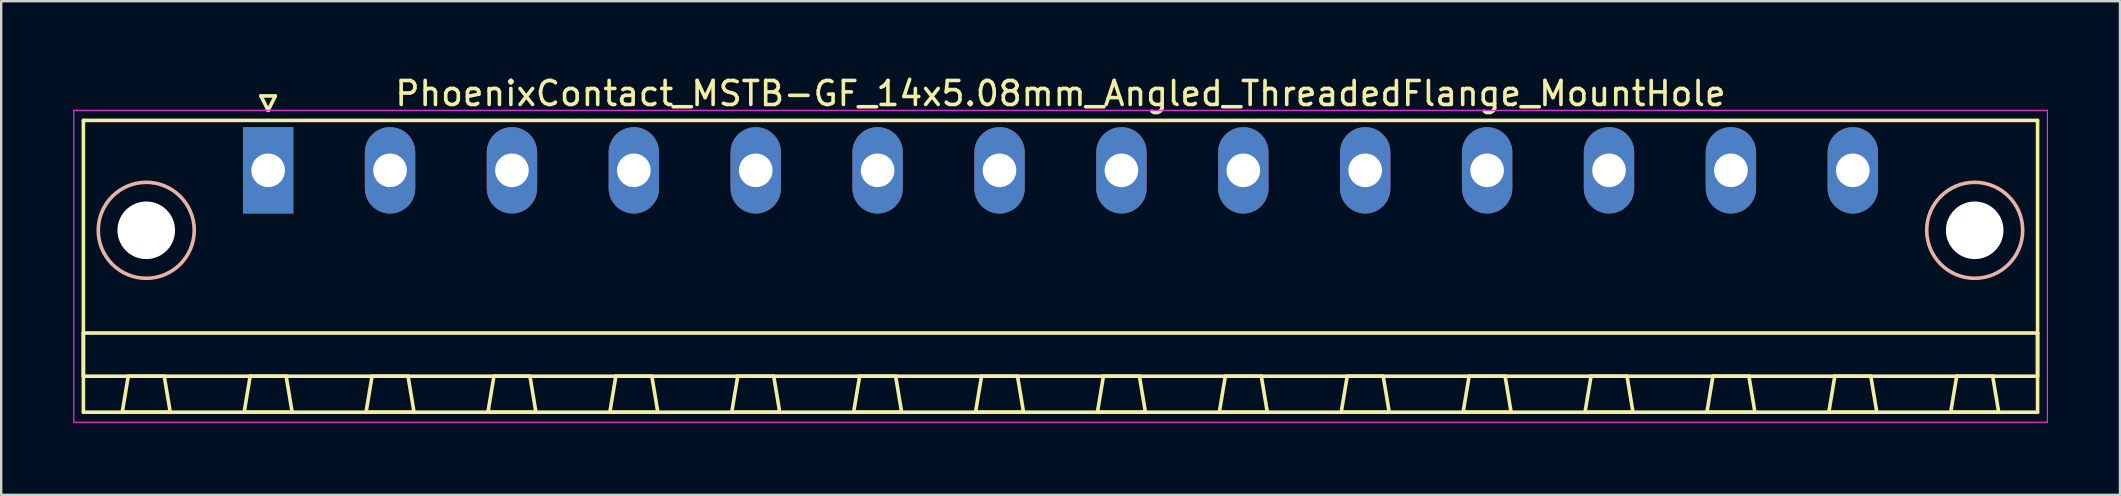
<source format=kicad_pcb>
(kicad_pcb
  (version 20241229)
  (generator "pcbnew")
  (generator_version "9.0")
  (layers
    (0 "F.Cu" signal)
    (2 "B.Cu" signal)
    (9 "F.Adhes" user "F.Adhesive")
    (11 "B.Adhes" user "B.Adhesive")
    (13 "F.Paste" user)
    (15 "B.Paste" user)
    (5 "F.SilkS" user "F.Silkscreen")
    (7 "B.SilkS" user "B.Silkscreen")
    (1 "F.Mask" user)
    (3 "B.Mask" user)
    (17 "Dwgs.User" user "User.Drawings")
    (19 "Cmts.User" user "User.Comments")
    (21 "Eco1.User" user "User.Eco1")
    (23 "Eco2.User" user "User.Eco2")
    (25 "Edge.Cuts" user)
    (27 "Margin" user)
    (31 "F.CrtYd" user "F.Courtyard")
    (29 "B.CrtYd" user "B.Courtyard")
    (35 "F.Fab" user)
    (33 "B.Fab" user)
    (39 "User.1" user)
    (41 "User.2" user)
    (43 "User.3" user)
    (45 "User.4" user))
  (footprint "PhoenixContact_MSTB-GF_14x5.08mm_Angled_ThreadedFlange_MountHole"
    (layer "F.Cu")
    (at 8.125 4.048)
    (property "Reference" "PhoenixContact_MSTB-GF_14x5.08mm_Angled_ThreadedFlange_MountHole" (at 33.02 -3.2 0) (layer "F.SilkS") (effects (font (size 1 1) (thickness 0.15))))
    (attr through_hole)
    (fp_line (start -7.7 -2.08) (end -7.7 10.08) (stroke (width 0.15) (type solid)) (layer "F.SilkS"))
    (fp_line (start -7.7 6.78) (end 73.74 6.78) (stroke (width 0.15) (type solid)) (layer "F.SilkS"))
    (fp_line (start -7.7 8.58) (end -7.7 6.78) (stroke (width 0.15) (type solid)) (layer "F.SilkS"))
    (fp_line (start -7.7 10.08) (end 73.74 10.08) (stroke (width 0.15) (type solid)) (layer "F.SilkS"))
    (fp_line (start -6.08 10.08) (end -4.08 10.08) (stroke (width 0.15) (type solid)) (layer "F.SilkS"))
    (fp_line (start -5.83 8.58) (end -6.08 10.08) (stroke (width 0.15) (type solid)) (layer "F.SilkS"))
    (fp_line (start -4.33 8.58) (end -5.83 8.58) (stroke (width 0.15) (type solid)) (layer "F.SilkS"))
    (fp_line (start -4.08 10.08) (end -4.33 8.58) (stroke (width 0.15) (type solid)) (layer "F.SilkS"))
    (fp_line (start -1 10.08) (end 1 10.08) (stroke (width 0.15) (type solid)) (layer "F.SilkS"))
    (fp_line (start -0.75 8.58) (end -1 10.08) (stroke (width 0.15) (type solid)) (layer "F.SilkS"))
    (fp_line (start -0.3 -3.1) (end 0 -2.5) (stroke (width 0.15) (type solid)) (layer "F.SilkS"))
    (fp_line (start 0 -2.5) (end 0.3 -3.1) (stroke (width 0.15) (type solid)) (layer "F.SilkS"))
    (fp_line (start 0.3 -3.1) (end -0.3 -3.1) (stroke (width 0.15) (type solid)) (layer "F.SilkS"))
    (fp_line (start 0.75 8.58) (end -0.75 8.58) (stroke (width 0.15) (type solid)) (layer "F.SilkS"))
    (fp_line (start 1 10.08) (end 0.75 8.58) (stroke (width 0.15) (type solid)) (layer "F.SilkS"))
    (fp_line (start 4.08 10.08) (end 6.08 10.08) (stroke (width 0.15) (type solid)) (layer "F.SilkS"))
    (fp_line (start 4.33 8.58) (end 4.08 10.08) (stroke (width 0.15) (type solid)) (layer "F.SilkS"))
    (fp_line (start 5.83 8.58) (end 4.33 8.58) (stroke (width 0.15) (type solid)) (layer "F.SilkS"))
    (fp_line (start 6.08 10.08) (end 5.83 8.58) (stroke (width 0.15) (type solid)) (layer "F.SilkS"))
    (fp_line (start 9.16 10.08) (end 11.16 10.08) (stroke (width 0.15) (type solid)) (layer "F.SilkS"))
    (fp_line (start 9.41 8.58) (end 9.16 10.08) (stroke (width 0.15) (type solid)) (layer "F.SilkS"))
    (fp_line (start 10.91 8.58) (end 9.41 8.58) (stroke (width 0.15) (type solid)) (layer "F.SilkS"))
    (fp_line (start 11.16 10.08) (end 10.91 8.58) (stroke (width 0.15) (type solid)) (layer "F.SilkS"))
    (fp_line (start 14.24 10.08) (end 16.24 10.08) (stroke (width 0.15) (type solid)) (layer "F.SilkS"))
    (fp_line (start 14.49 8.58) (end 14.24 10.08) (stroke (width 0.15) (type solid)) (layer "F.SilkS"))
    (fp_line (start 15.99 8.58) (end 14.49 8.58) (stroke (width 0.15) (type solid)) (layer "F.SilkS"))
    (fp_line (start 16.24 10.08) (end 15.99 8.58) (stroke (width 0.15) (type solid)) (layer "F.SilkS"))
    (fp_line (start 19.32 10.08) (end 21.32 10.08) (stroke (width 0.15) (type solid)) (layer "F.SilkS"))
    (fp_line (start 19.57 8.58) (end 19.32 10.08) (stroke (width 0.15) (type solid)) (layer "F.SilkS"))
    (fp_line (start 21.07 8.58) (end 19.57 8.58) (stroke (width 0.15) (type solid)) (layer "F.SilkS"))
    (fp_line (start 21.32 10.08) (end 21.07 8.58) (stroke (width 0.15) (type solid)) (layer "F.SilkS"))
    (fp_line (start 24.4 10.08) (end 26.4 10.08) (stroke (width 0.15) (type solid)) (layer "F.SilkS"))
    (fp_line (start 24.65 8.58) (end 24.4 10.08) (stroke (width 0.15) (type solid)) (layer "F.SilkS"))
    (fp_line (start 26.15 8.58) (end 24.65 8.58) (stroke (width 0.15) (type solid)) (layer "F.SilkS"))
    (fp_line (start 26.4 10.08) (end 26.15 8.58) (stroke (width 0.15) (type solid)) (layer "F.SilkS"))
    (fp_line (start 29.48 10.08) (end 31.48 10.08) (stroke (width 0.15) (type solid)) (layer "F.SilkS"))
    (fp_line (start 29.73 8.58) (end 29.48 10.08) (stroke (width 0.15) (type solid)) (layer "F.SilkS"))
    (fp_line (start 31.23 8.58) (end 29.73 8.58) (stroke (width 0.15) (type solid)) (layer "F.SilkS"))
    (fp_line (start 31.48 10.08) (end 31.23 8.58) (stroke (width 0.15) (type solid)) (layer "F.SilkS"))
    (fp_line (start 34.56 10.08) (end 36.56 10.08) (stroke (width 0.15) (type solid)) (layer "F.SilkS"))
    (fp_line (start 34.81 8.58) (end 34.56 10.08) (stroke (width 0.15) (type solid)) (layer "F.SilkS"))
    (fp_line (start 36.31 8.58) (end 34.81 8.58) (stroke (width 0.15) (type solid)) (layer "F.SilkS"))
    (fp_line (start 36.56 10.08) (end 36.31 8.58) (stroke (width 0.15) (type solid)) (layer "F.SilkS"))
    (fp_line (start 39.64 10.08) (end 41.64 10.08) (stroke (width 0.15) (type solid)) (layer "F.SilkS"))
    (fp_line (start 39.89 8.58) (end 39.64 10.08) (stroke (width 0.15) (type solid)) (layer "F.SilkS"))
    (fp_line (start 41.39 8.58) (end 39.89 8.58) (stroke (width 0.15) (type solid)) (layer "F.SilkS"))
    (fp_line (start 41.64 10.08) (end 41.39 8.58) (stroke (width 0.15) (type solid)) (layer "F.SilkS"))
    (fp_line (start 44.72 10.08) (end 46.72 10.08) (stroke (width 0.15) (type solid)) (layer "F.SilkS"))
    (fp_line (start 44.97 8.58) (end 44.72 10.08) (stroke (width 0.15) (type solid)) (layer "F.SilkS"))
    (fp_line (start 46.47 8.58) (end 44.97 8.58) (stroke (width 0.15) (type solid)) (layer "F.SilkS"))
    (fp_line (start 46.72 10.08) (end 46.47 8.58) (stroke (width 0.15) (type solid)) (layer "F.SilkS"))
    (fp_line (start 49.8 10.08) (end 51.8 10.08) (stroke (width 0.15) (type solid)) (layer "F.SilkS"))
    (fp_line (start 50.05 8.58) (end 49.8 10.08) (stroke (width 0.15) (type solid)) (layer "F.SilkS"))
    (fp_line (start 51.55 8.58) (end 50.05 8.58) (stroke (width 0.15) (type solid)) (layer "F.SilkS"))
    (fp_line (start 51.8 10.08) (end 51.55 8.58) (stroke (width 0.15) (type solid)) (layer "F.SilkS"))
    (fp_line (start 54.88 10.08) (end 56.88 10.08) (stroke (width 0.15) (type solid)) (layer "F.SilkS"))
    (fp_line (start 55.13 8.58) (end 54.88 10.08) (stroke (width 0.15) (type solid)) (layer "F.SilkS"))
    (fp_line (start 56.63 8.58) (end 55.13 8.58) (stroke (width 0.15) (type solid)) (layer "F.SilkS"))
    (fp_line (start 56.88 10.08) (end 56.63 8.58) (stroke (width 0.15) (type solid)) (layer "F.SilkS"))
    (fp_line (start 59.96 10.08) (end 61.96 10.08) (stroke (width 0.15) (type solid)) (layer "F.SilkS"))
    (fp_line (start 60.21 8.58) (end 59.96 10.08) (stroke (width 0.15) (type solid)) (layer "F.SilkS"))
    (fp_line (start 61.71 8.58) (end 60.21 8.58) (stroke (width 0.15) (type solid)) (layer "F.SilkS"))
    (fp_line (start 61.96 10.08) (end 61.71 8.58) (stroke (width 0.15) (type solid)) (layer "F.SilkS"))
    (fp_line (start 65.04 10.08) (end 67.04 10.08) (stroke (width 0.15) (type solid)) (layer "F.SilkS"))
    (fp_line (start 65.29 8.58) (end 65.04 10.08) (stroke (width 0.15) (type solid)) (layer "F.SilkS"))
    (fp_line (start 66.79 8.58) (end 65.29 8.58) (stroke (width 0.15) (type solid)) (layer "F.SilkS"))
    (fp_line (start 67.04 10.08) (end 66.79 8.58) (stroke (width 0.15) (type solid)) (layer "F.SilkS"))
    (fp_line (start 70.12 10.08) (end 72.12 10.08) (stroke (width 0.15) (type solid)) (layer "F.SilkS"))
    (fp_line (start 70.37 8.58) (end 70.12 10.08) (stroke (width 0.15) (type solid)) (layer "F.SilkS"))
    (fp_line (start 71.87 8.58) (end 70.37 8.58) (stroke (width 0.15) (type solid)) (layer "F.SilkS"))
    (fp_line (start 72.12 10.08) (end 71.87 8.58) (stroke (width 0.15) (type solid)) (layer "F.SilkS"))
    (fp_line (start 73.74 -2.08) (end -7.7 -2.08) (stroke (width 0.15) (type solid)) (layer "F.SilkS"))
    (fp_line (start 73.74 6.78) (end 73.74 8.58) (stroke (width 0.15) (type solid)) (layer "F.SilkS"))
    (fp_line (start 73.74 8.58) (end -7.7 8.58) (stroke (width 0.15) (type solid)) (layer "F.SilkS"))
    (fp_line (start 73.74 10.08) (end 73.74 -2.08) (stroke (width 0.15) (type solid)) (layer "F.SilkS"))
    (fp_circle (center -5.08 2.5) (end -3.08 2.5) (stroke (width 0.15) (type solid)) (fill no) (layer "B.SilkS"))
    (fp_circle (center 71.12 2.5) (end 73.12 2.5) (stroke (width 0.15) (type solid)) (fill no) (layer "B.SilkS"))
    (fp_line (start -8.1 -2.5) (end -8.1 10.5) (stroke (width 0.05) (type solid)) (layer "F.CrtYd"))
    (fp_line (start -8.1 10.5) (end 74.15 10.5) (stroke (width 0.05) (type solid)) (layer "F.CrtYd"))
    (fp_line (start 74.15 -2.5) (end -8.1 -2.5) (stroke (width 0.05) (type solid)) (layer "F.CrtYd"))
    (fp_line (start 74.15 10.5) (end 74.15 -2.5) (stroke (width 0.05) (type solid)) (layer "F.CrtYd"))
    (pad "" np_thru_hole circle (at -5.08 2.5) (size 2.4 2.4) (drill 2.4) (layers "*.Cu" "*.Mask"))
    (pad "" np_thru_hole circle (at 71.12 2.5) (size 2.4 2.4) (drill 2.4) (layers "*.Cu" "*.Mask"))
    (pad "1" thru_hole rect (at 0 0) (size 2.1 3.6) (drill 1.4) (layers "*.Cu" "*.Mask"))
    (pad "2" thru_hole oval (at 5.08 0) (size 2.1 3.6) (drill 1.4) (layers "*.Cu" "*.Mask"))
    (pad "3" thru_hole oval (at 10.16 0) (size 2.1 3.6) (drill 1.4) (layers "*.Cu" "*.Mask"))
    (pad "4" thru_hole oval (at 15.24 0) (size 2.1 3.6) (drill 1.4) (layers "*.Cu" "*.Mask"))
    (pad "5" thru_hole oval (at 20.32 0) (size 2.1 3.6) (drill 1.4) (layers "*.Cu" "*.Mask"))
    (pad "6" thru_hole oval (at 25.4 0) (size 2.1 3.6) (drill 1.4) (layers "*.Cu" "*.Mask"))
    (pad "7" thru_hole oval (at 30.48 0) (size 2.1 3.6) (drill 1.4) (layers "*.Cu" "*.Mask"))
    (pad "8" thru_hole oval (at 35.56 0) (size 2.1 3.6) (drill 1.4) (layers "*.Cu" "*.Mask"))
    (pad "9" thru_hole oval (at 40.64 0) (size 2.1 3.6) (drill 1.4) (layers "*.Cu" "*.Mask"))
    (pad "10" thru_hole oval (at 45.72 0) (size 2.1 3.6) (drill 1.4) (layers "*.Cu" "*.Mask"))
    (pad "11" thru_hole oval (at 50.8 0) (size 2.1 3.6) (drill 1.4) (layers "*.Cu" "*.Mask"))
    (pad "12" thru_hole oval (at 55.88 0) (size 2.1 3.6) (drill 1.4) (layers "*.Cu" "*.Mask"))
    (pad "13" thru_hole oval (at 60.96 0) (size 2.1 3.6) (drill 1.4) (layers "*.Cu" "*.Mask"))
    (pad "14" thru_hole oval (at 66.04 0) (size 2.1 3.6) (drill 1.4) (layers "*.Cu" "*.Mask")))
  (gr_rect
    (start -3 -3)
    (end 85.3 17.573)
    (stroke (width 0.1) (type default))
    (fill no)
    (layer "Edge.Cuts")))
</source>
